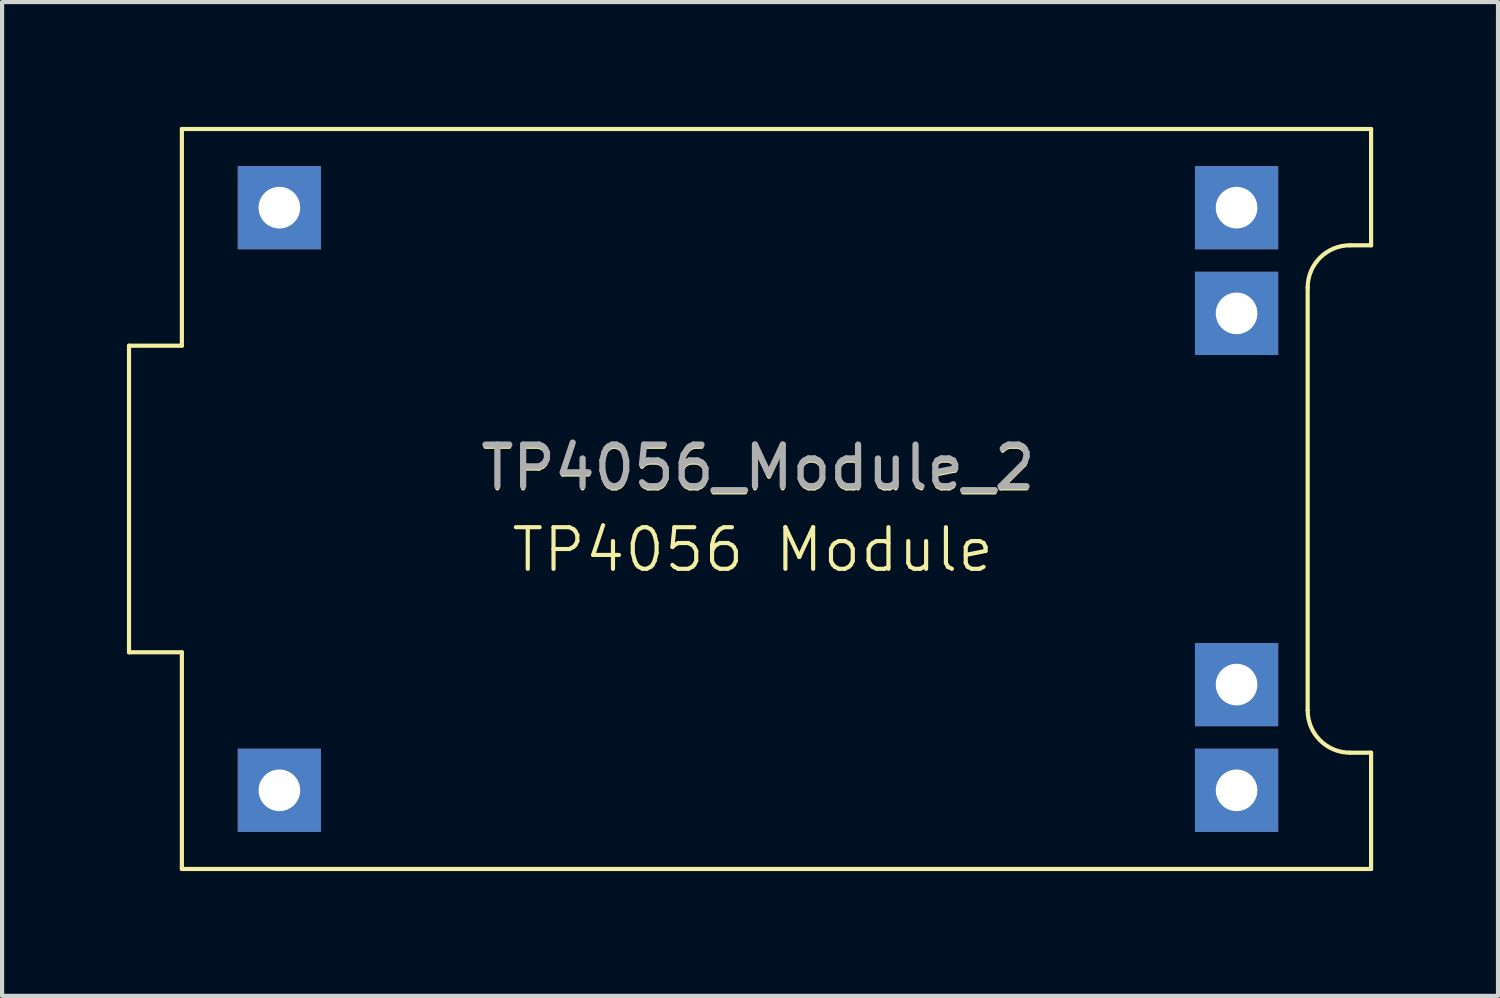
<source format=kicad_pcb>
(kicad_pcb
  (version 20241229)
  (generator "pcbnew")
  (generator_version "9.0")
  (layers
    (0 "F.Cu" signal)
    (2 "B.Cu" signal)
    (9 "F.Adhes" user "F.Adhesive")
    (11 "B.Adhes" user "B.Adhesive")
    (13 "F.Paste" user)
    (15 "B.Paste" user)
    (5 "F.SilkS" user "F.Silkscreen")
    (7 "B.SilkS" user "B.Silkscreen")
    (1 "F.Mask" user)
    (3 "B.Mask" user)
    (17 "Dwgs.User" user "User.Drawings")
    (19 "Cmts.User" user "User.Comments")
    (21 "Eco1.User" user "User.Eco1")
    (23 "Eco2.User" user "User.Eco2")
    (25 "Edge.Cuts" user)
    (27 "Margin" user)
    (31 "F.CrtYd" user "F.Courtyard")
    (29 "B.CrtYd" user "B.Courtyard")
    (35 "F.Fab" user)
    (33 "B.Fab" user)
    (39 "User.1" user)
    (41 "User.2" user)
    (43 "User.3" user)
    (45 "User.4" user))
  (footprint "TP4056_Module_2"
    (layer "F.Cu")
    (at 15.163 8.94)
    (property "Reference" "TP4056_Module_2" (at 0 -0.127 0) (unlocked yes) (layer "F.SilkS") (effects (font (size 1 1) (thickness 0.1)) (justify bottom)))
    (attr through_hole)
    (fp_line (start -15.113 -3.683) (end -13.843 -3.683) (stroke (width 0.1) (type default)) (layer "F.SilkS"))
    (fp_line (start -15.113 3.683) (end -15.113 -3.683) (stroke (width 0.1) (type default)) (layer "F.SilkS"))
    (fp_line (start -15.113 3.683) (end -13.843 3.683) (stroke (width 0.1) (type default)) (layer "F.SilkS"))
    (fp_line (start -13.843 -8.89) (end 14.732 -8.89) (stroke (width 0.1) (type default)) (layer "F.SilkS"))
    (fp_line (start -13.843 -3.683) (end -13.843 -8.89) (stroke (width 0.1) (type default)) (layer "F.SilkS"))
    (fp_line (start -13.843 3.683) (end -13.843 8.89) (stroke (width 0.1) (type default)) (layer "F.SilkS"))
    (fp_line (start -13.843 8.89) (end 14.732 8.89) (stroke (width 0.1) (type default)) (layer "F.SilkS"))
    (fp_line (start 13.208 5.08) (end 13.208 -5.08) (stroke (width 0.1) (type default)) (layer "F.SilkS"))
    (fp_line (start 14.732 -8.89) (end 14.732 -6.096) (stroke (width 0.1) (type default)) (layer "F.SilkS"))
    (fp_line (start 14.732 -6.096) (end 14.224 -6.096) (stroke (width 0.1) (type default)) (layer "F.SilkS"))
    (fp_line (start 14.732 6.096) (end 14.224 6.096) (stroke (width 0.1) (type default)) (layer "F.SilkS"))
    (fp_line (start 14.732 6.096) (end 14.732 8.89) (stroke (width 0.1) (type default)) (layer "F.SilkS"))
    (fp_arc (start 13.208 -5.08) (mid 13.50558 -5.79842) (end 14.224 -6.096) (stroke (width 0.1) (type default)) (layer "F.SilkS"))
    (fp_arc (start 14.224 6.096) (mid 13.50558 5.79842) (end 13.208 5.08) (stroke (width 0.1) (type default)) (layer "F.SilkS"))
    (fp_line (start -13.843 -8.89) (end 14.732 -8.89) (stroke (width 0.1) (type default)) (layer "Margin"))
    (fp_line (start -13.843 8.89) (end -13.843 -8.89) (stroke (width 0.1) (type default)) (layer "Margin"))
    (fp_line (start -13.843 8.89) (end 14.732 8.89) (stroke (width 0.1) (type default)) (layer "Margin"))
    (fp_line (start 13.208 5.08) (end 13.208 -5.08) (stroke (width 0.1) (type default)) (layer "Margin"))
    (fp_line (start 14.732 -8.89) (end 14.732 -6.096) (stroke (width 0.1) (type default)) (layer "Margin"))
    (fp_line (start 14.732 -6.096) (end 14.224 -6.096) (stroke (width 0.1) (type default)) (layer "Margin"))
    (fp_line (start 14.732 6.096) (end 14.224 6.096) (stroke (width 0.1) (type default)) (layer "Margin"))
    (fp_line (start 14.732 8.89) (end 14.732 6.096) (stroke (width 0.1) (type default)) (layer "Margin"))
    (fp_arc (start 13.208 -5.08) (mid 13.50558 -5.79842) (end 14.224 -6.096) (stroke (width 0.1) (type default)) (layer "Margin"))
    (fp_arc (start 14.224 6.096) (mid 13.50558 5.79842) (end 13.208 5.08) (stroke (width 0.1) (type default)) (layer "Margin"))
    (fp_text user "TP4056 Module" (at -0.127 0.635 0) (unlocked yes) (layer "F.SilkS") (effects (font (size 1 1) (thickness 0.1)) (justify top)))
    (fp_text user "${REFERENCE}" (at 0 -0.762 0) (unlocked yes) (layer "F.Fab") (effects (font (size 1 1) (thickness 0.15))))
    (pad "1" thru_hole rect (at -11.5 -7) (size 2 2) (drill 1) (layers "*.Cu" "*.Mask"))
    (pad "2" thru_hole rect (at -11.5 7) (size 2 2) (drill 1) (layers "*.Cu" "*.Mask"))
    (pad "3" thru_hole rect (at 11.5 7) (size 2 2) (drill 1) (layers "*.Cu" "*.Mask"))
    (pad "4" thru_hole rect (at 11.5 4.46) (size 2 2) (drill 1) (layers "*.Cu" "*.Mask"))
    (pad "5" thru_hole rect (at 11.5 -4.46) (size 2 2) (drill 1) (layers "*.Cu" "*.Mask"))
    (pad "6" thru_hole rect (at 11.5 -7) (size 2 2) (drill 1) (layers "*.Cu" "*.Mask")))
  (gr_rect
    (start -3 -3)
    (end 32.945 20.88)
    (stroke (width 0.1) (type default))
    (fill no)
    (layer "Edge.Cuts")))
</source>
